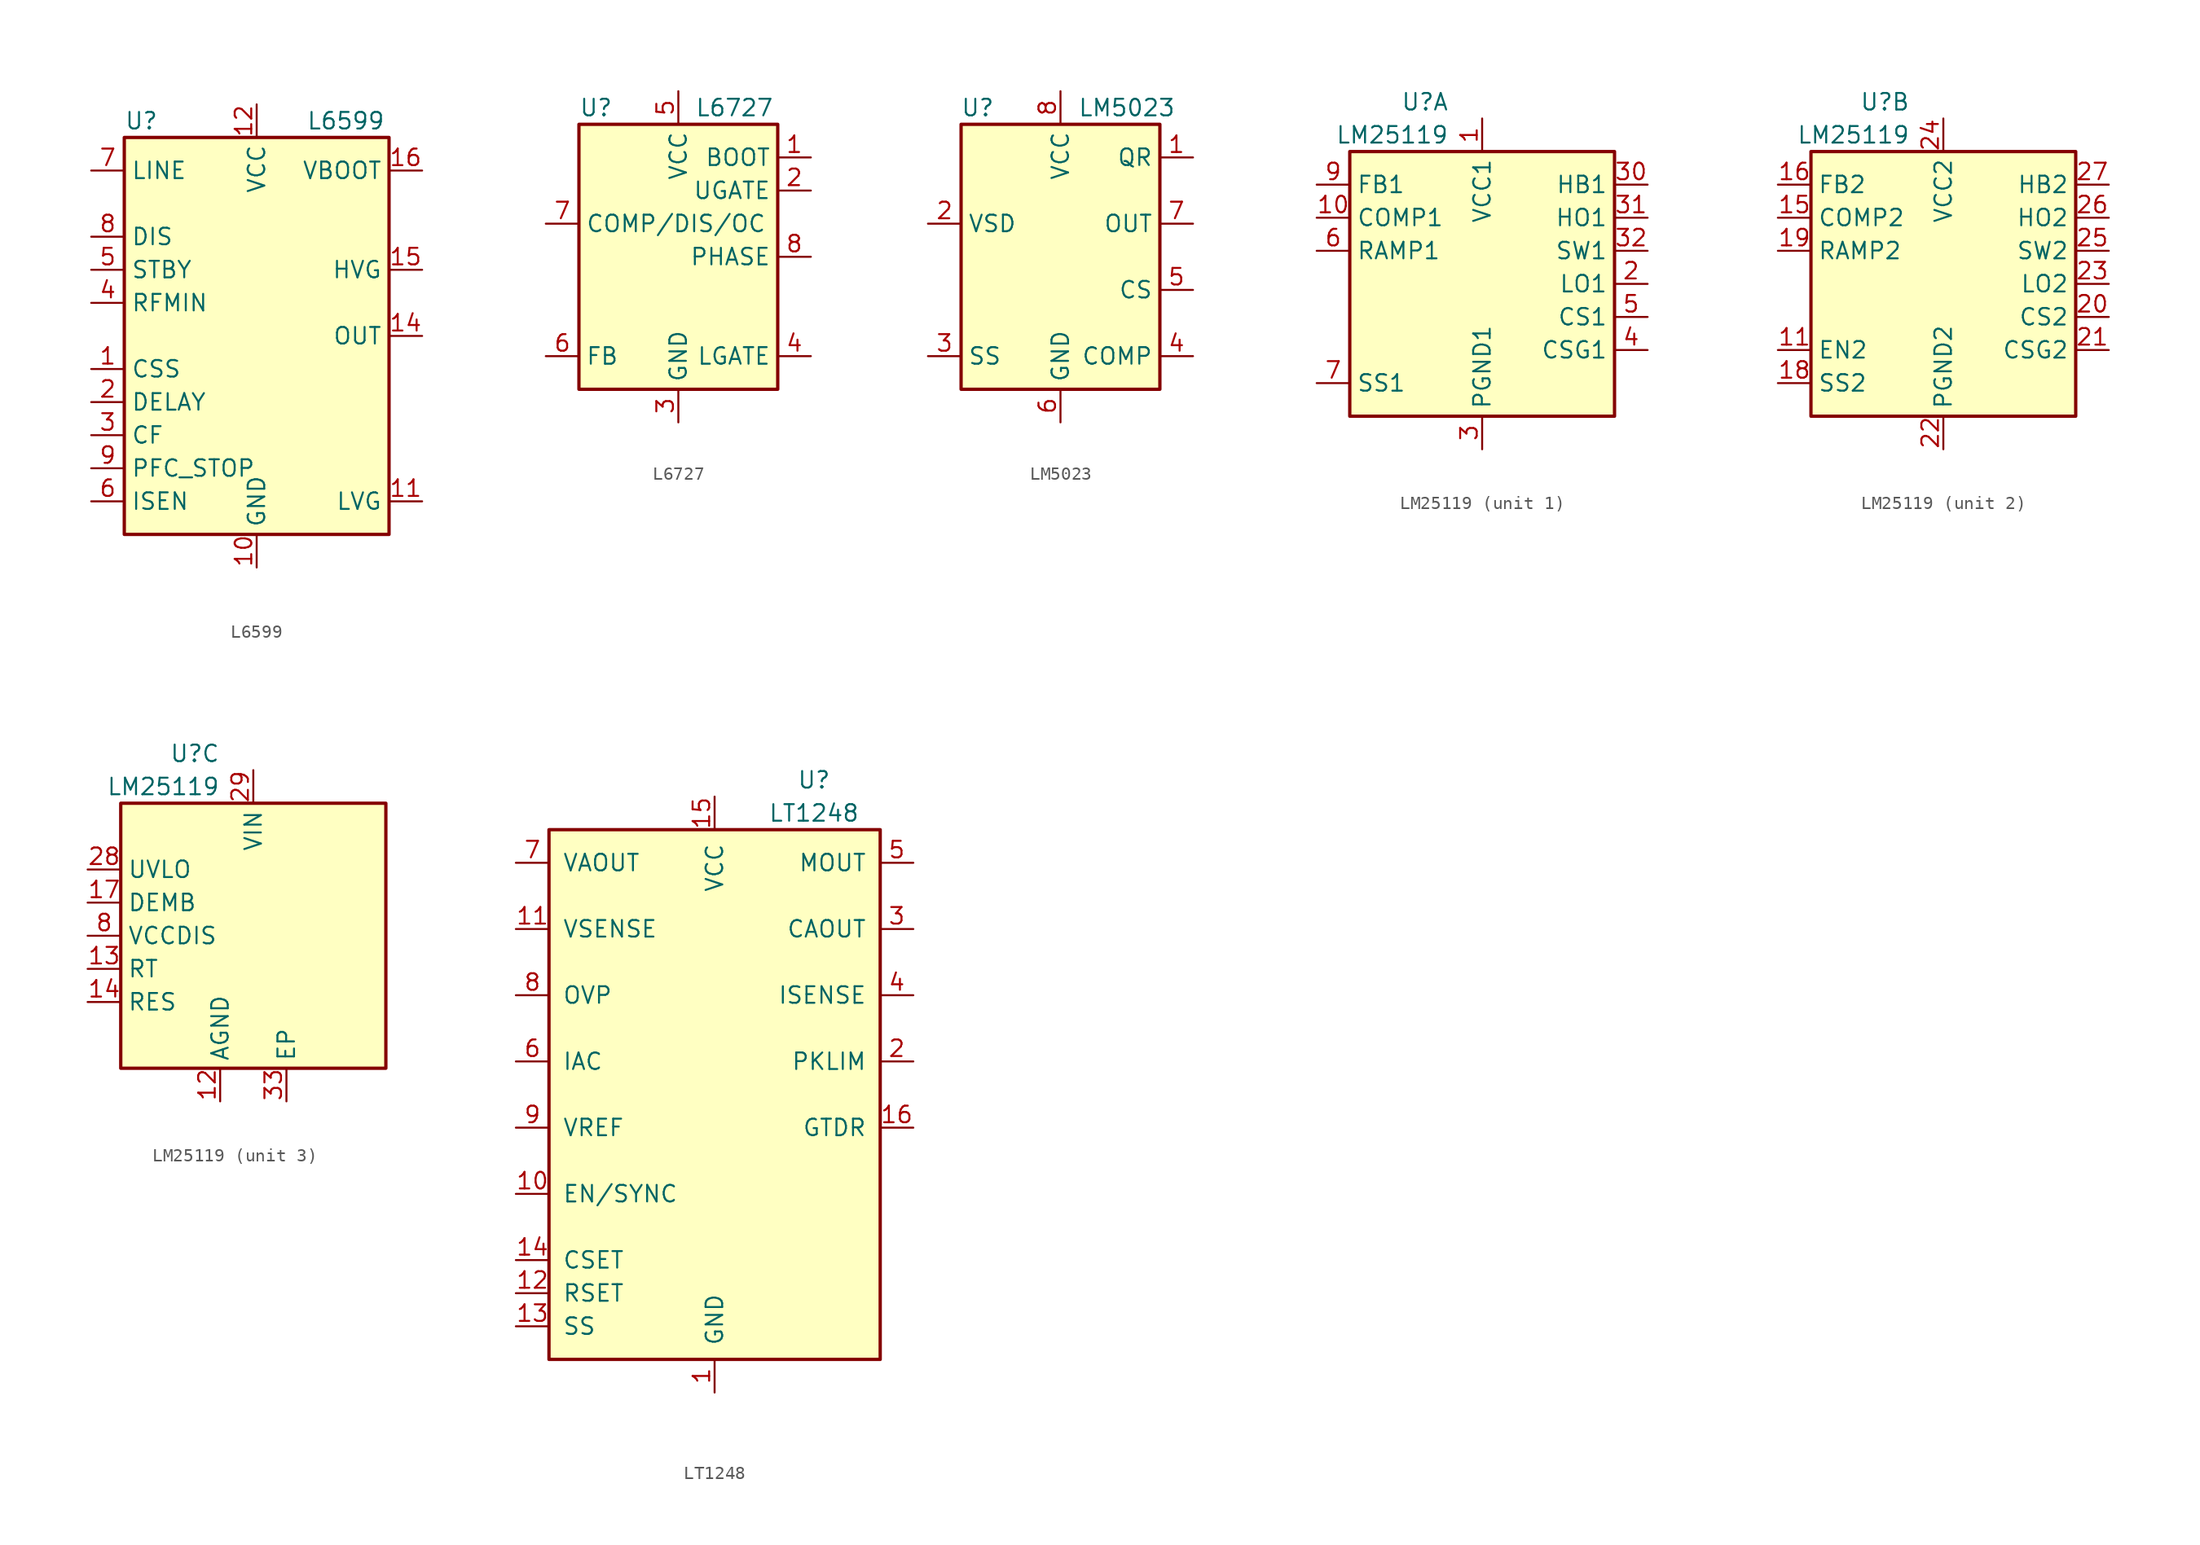
<source format=kicad_sym>
(kicad_symbol_lib
  (version 20201005)
  (generator kicad_symbol_editor)
  (symbol "Regulator_Controller:L6599"
    (property "Reference" "U"
      (at -10.16 16.51 0)
      (effects (font (size 1.27 1.27)) (justify left)))
    (property "Value" "L6599"
      (at 3.81 16.51 0)
      (effects (font (size 1.27 1.27)) (justify left)))
    (symbol "L6599_0_0"
      (rectangle (start -10.16 15.24) (end 10.16 -15.24) (stroke (width 0.254)) (fill (type background))))
    (symbol "L6599_1_1"
      (pin passive line (at -12.7 -2.54 0) (length 2.54) (name "CSS" (effects (font (size 1.27 1.27)))) (number "1" (effects (font (size 1.27 1.27)))))
      (pin power_in line (at 0 -17.78 90) (length 2.54) (name "GND" (effects (font (size 1.27 1.27)))) (number "10" (effects (font (size 1.27 1.27)))))
      (pin output line (at 12.7 -12.7 180) (length 2.54) (name "LVG" (effects (font (size 1.27 1.27)))) (number "11" (effects (font (size 1.27 1.27)))))
      (pin power_in line (at 0 17.78 270) (length 2.54) (name "VCC" (effects (font (size 1.27 1.27)))) (number "12" (effects (font (size 1.27 1.27)))))
      (pin no_connect line (at 10.16 10.16 180) (length 2.54) hide (name "NC" (effects (font (size 1.27 1.27)))) (number "13" (effects (font (size 1.27 1.27)))))
      (pin input line (at 12.7 0 180) (length 2.54) (name "OUT" (effects (font (size 1.27 1.27)))) (number "14" (effects (font (size 1.27 1.27)))))
      (pin output line (at 12.7 5.08 180) (length 2.54) (name "HVG" (effects (font (size 1.27 1.27)))) (number "15" (effects (font (size 1.27 1.27)))))
      (pin input line (at 12.7 12.7 180) (length 2.54) (name "VBOOT" (effects (font (size 1.27 1.27)))) (number "16" (effects (font (size 1.27 1.27)))))
      (pin passive line (at -12.7 -5.08 0) (length 2.54) (name "DELAY" (effects (font (size 1.27 1.27)))) (number "2" (effects (font (size 1.27 1.27)))))
      (pin passive line (at -12.7 -7.62 0) (length 2.54) (name "CF" (effects (font (size 1.27 1.27)))) (number "3" (effects (font (size 1.27 1.27)))))
      (pin passive line (at -12.7 2.54 0) (length 2.54) (name "RFMIN" (effects (font (size 1.27 1.27)))) (number "4" (effects (font (size 1.27 1.27)))))
      (pin input line (at -12.7 5.08 0) (length 2.54) (name "STBY" (effects (font (size 1.27 1.27)))) (number "5" (effects (font (size 1.27 1.27)))))
      (pin input line (at -12.7 -12.7 0) (length 2.54) (name "ISEN" (effects (font (size 1.27 1.27)))) (number "6" (effects (font (size 1.27 1.27)))))
      (pin input line (at -12.7 12.7 0) (length 2.54) (name "LINE" (effects (font (size 1.27 1.27)))) (number "7" (effects (font (size 1.27 1.27)))))
      (pin input line (at -12.7 7.62 0) (length 2.54) (name "DIS" (effects (font (size 1.27 1.27)))) (number "8" (effects (font (size 1.27 1.27)))))
      (pin open_collector line (at -12.7 -10.16 0) (length 2.54) (name "PFC_STOP" (effects (font (size 1.27 1.27)))) (number "9" (effects (font (size 1.27 1.27)))))))
  (symbol "Regulator_Controller:L6727"
    (property "Reference" "U"
      (at -7.62 11.43 0)
      (effects (font (size 1.27 1.27)) (justify left)))
    (property "Value" "L6727"
      (at 1.27 11.43 0)
      (effects (font (size 1.27 1.27)) (justify left)))
    (symbol "L6727_0_0"
      (rectangle (start -7.62 10.16) (end 7.62 -10.16) (stroke (width 0.254)) (fill (type background))))
    (symbol "L6727_1_1"
      (pin input line (at 10.16 7.62 180) (length 2.54) (name "BOOT" (effects (font (size 1.27 1.27)))) (number "1" (effects (font (size 1.27 1.27)))))
      (pin output line (at 10.16 5.08 180) (length 2.54) (name "UGATE" (effects (font (size 1.27 1.27)))) (number "2" (effects (font (size 1.27 1.27)))))
      (pin power_in line (at 0 -12.7 90) (length 2.54) (name "GND" (effects (font (size 1.27 1.27)))) (number "3" (effects (font (size 1.27 1.27)))))
      (pin output line (at 10.16 -7.62 180) (length 2.54) (name "LGATE" (effects (font (size 1.27 1.27)))) (number "4" (effects (font (size 1.27 1.27)))))
      (pin power_in line (at 0 12.7 270) (length 2.54) (name "VCC" (effects (font (size 1.27 1.27)))) (number "5" (effects (font (size 1.27 1.27)))))
      (pin input line (at -10.16 -7.62 0) (length 2.54) (name "FB" (effects (font (size 1.27 1.27)))) (number "6" (effects (font (size 1.27 1.27)))))
      (pin input line (at -10.16 2.54 0) (length 2.54) (name "COMP/DIS/OC" (effects (font (size 1.27 1.27)))) (number "7" (effects (font (size 1.27 1.27)))))
      (pin passive line (at 10.16 0 180) (length 2.54) (name "PHASE" (effects (font (size 1.27 1.27)))) (number "8" (effects (font (size 1.27 1.27)))))))
  (symbol "Regulator_Controller:LM5023"
    (property "Reference" "U"
      (at -6.35 11.43 0)
      (effects (font (size 1.27 1.27))))
    (property "Value" "LM5023"
      (at 5.08 11.43 0)
      (effects (font (size 1.27 1.27))))
    (symbol "LM5023_0_0"
      (pin input line (at 10.16 7.62 180) (length 2.54) (name "QR" (effects (font (size 1.27 1.27)))) (number "1" (effects (font (size 1.27 1.27)))))
      (pin output line (at -10.16 2.54 0) (length 2.54) (name "VSD" (effects (font (size 1.27 1.27)))) (number "2" (effects (font (size 1.27 1.27)))))
      (pin passive line (at -10.16 -7.62 0) (length 2.54) (name "SS" (effects (font (size 1.27 1.27)))) (number "3" (effects (font (size 1.27 1.27)))))
      (pin input line (at 10.16 -7.62 180) (length 2.54) (name "COMP" (effects (font (size 1.27 1.27)))) (number "4" (effects (font (size 1.27 1.27)))))
      (pin input line (at 10.16 -2.54 180) (length 2.54) (name "CS" (effects (font (size 1.27 1.27)))) (number "5" (effects (font (size 1.27 1.27)))))
      (pin power_in line (at 0 -12.7 90) (length 2.54) (name "GND" (effects (font (size 1.27 1.27)))) (number "6" (effects (font (size 1.27 1.27)))))
      (pin output line (at 10.16 2.54 180) (length 2.54) (name "OUT" (effects (font (size 1.27 1.27)))) (number "7" (effects (font (size 1.27 1.27)))))
      (pin power_in line (at 0 12.7 270) (length 2.54) (name "VCC" (effects (font (size 1.27 1.27)))) (number "8" (effects (font (size 1.27 1.27))))))
    (symbol "LM5023_0_1"
      (rectangle (start -7.62 10.16) (end 7.62 -10.16) (stroke (width 0.254)) (fill (type background)))))
  (symbol "Regulator_Controller:LM25119"
    (property "Reference" "U"
      (at -2.54 13.97 0)
      (effects (font (size 1.27 1.27)) (justify right)))
    (property "Value" "LM25119"
      (at -2.54 11.43 0)
      (effects (font (size 1.27 1.27)) (justify right)))
    (property "ki_locked" ""
      (at 0 0 0)
      (effects (font (size 1.27 1.27))))
    (symbol "LM25119_0_1"
      (rectangle (start -10.16 10.16) (end 10.16 -10.16) (stroke (width 0.254)) (fill (type background))))
    (symbol "LM25119_1_1"
      (pin power_in line (at 0 12.7 270) (length 2.54) (name "VCC1" (effects (font (size 1.27 1.27)))) (number "1" (effects (font (size 1.27 1.27)))))
      (pin output line (at -12.7 5.08 0) (length 2.54) (name "COMP1" (effects (font (size 1.27 1.27)))) (number "10" (effects (font (size 1.27 1.27)))))
      (pin output line (at 12.7 0 180) (length 2.54) (name "LO1" (effects (font (size 1.27 1.27)))) (number "2" (effects (font (size 1.27 1.27)))))
      (pin power_in line (at 0 -12.7 90) (length 2.54) (name "PGND1" (effects (font (size 1.27 1.27)))) (number "3" (effects (font (size 1.27 1.27)))))
      (pin power_in line (at 12.7 7.62 180) (length 2.54) (name "HB1" (effects (font (size 1.27 1.27)))) (number "30" (effects (font (size 1.27 1.27)))))
      (pin output line (at 12.7 5.08 180) (length 2.54) (name "HO1" (effects (font (size 1.27 1.27)))) (number "31" (effects (font (size 1.27 1.27)))))
      (pin bidirectional line (at 12.7 2.54 180) (length 2.54) (name "SW1" (effects (font (size 1.27 1.27)))) (number "32" (effects (font (size 1.27 1.27)))))
      (pin input line (at 12.7 -5.08 180) (length 2.54) (name "CSG1" (effects (font (size 1.27 1.27)))) (number "4" (effects (font (size 1.27 1.27)))))
      (pin input line (at 12.7 -2.54 180) (length 2.54) (name "CS1" (effects (font (size 1.27 1.27)))) (number "5" (effects (font (size 1.27 1.27)))))
      (pin input line (at -12.7 2.54 0) (length 2.54) (name "RAMP1" (effects (font (size 1.27 1.27)))) (number "6" (effects (font (size 1.27 1.27)))))
      (pin input line (at -12.7 -7.62 0) (length 2.54) (name "SS1" (effects (font (size 1.27 1.27)))) (number "7" (effects (font (size 1.27 1.27)))))
      (pin input line (at -12.7 7.62 0) (length 2.54) (name "FB1" (effects (font (size 1.27 1.27)))) (number "9" (effects (font (size 1.27 1.27))))))
    (symbol "LM25119_2_1"
      (pin input line (at -12.7 -5.08 0) (length 2.54) (name "EN2" (effects (font (size 1.27 1.27)))) (number "11" (effects (font (size 1.27 1.27)))))
      (pin output line (at -12.7 5.08 0) (length 2.54) (name "COMP2" (effects (font (size 1.27 1.27)))) (number "15" (effects (font (size 1.27 1.27)))))
      (pin input line (at -12.7 7.62 0) (length 2.54) (name "FB2" (effects (font (size 1.27 1.27)))) (number "16" (effects (font (size 1.27 1.27)))))
      (pin input line (at -12.7 -7.62 0) (length 2.54) (name "SS2" (effects (font (size 1.27 1.27)))) (number "18" (effects (font (size 1.27 1.27)))))
      (pin input line (at -12.7 2.54 0) (length 2.54) (name "RAMP2" (effects (font (size 1.27 1.27)))) (number "19" (effects (font (size 1.27 1.27)))))
      (pin input line (at 12.7 -2.54 180) (length 2.54) (name "CS2" (effects (font (size 1.27 1.27)))) (number "20" (effects (font (size 1.27 1.27)))))
      (pin input line (at 12.7 -5.08 180) (length 2.54) (name "CSG2" (effects (font (size 1.27 1.27)))) (number "21" (effects (font (size 1.27 1.27)))))
      (pin power_in line (at 0 -12.7 90) (length 2.54) (name "PGND2" (effects (font (size 1.27 1.27)))) (number "22" (effects (font (size 1.27 1.27)))))
      (pin output line (at 12.7 0 180) (length 2.54) (name "LO2" (effects (font (size 1.27 1.27)))) (number "23" (effects (font (size 1.27 1.27)))))
      (pin power_in line (at 0 12.7 270) (length 2.54) (name "VCC2" (effects (font (size 1.27 1.27)))) (number "24" (effects (font (size 1.27 1.27)))))
      (pin bidirectional line (at 12.7 2.54 180) (length 2.54) (name "SW2" (effects (font (size 1.27 1.27)))) (number "25" (effects (font (size 1.27 1.27)))))
      (pin output line (at 12.7 5.08 180) (length 2.54) (name "HO2" (effects (font (size 1.27 1.27)))) (number "26" (effects (font (size 1.27 1.27)))))
      (pin power_in line (at 12.7 7.62 180) (length 2.54) (name "HB2" (effects (font (size 1.27 1.27)))) (number "27" (effects (font (size 1.27 1.27))))))
    (symbol "LM25119_3_1"
      (pin power_in line (at -2.54 -12.7 90) (length 2.54) (name "AGND" (effects (font (size 1.27 1.27)))) (number "12" (effects (font (size 1.27 1.27)))))
      (pin input line (at -12.7 -2.54 0) (length 2.54) (name "RT" (effects (font (size 1.27 1.27)))) (number "13" (effects (font (size 1.27 1.27)))))
      (pin output line (at -12.7 -5.08 0) (length 2.54) (name "RES" (effects (font (size 1.27 1.27)))) (number "14" (effects (font (size 1.27 1.27)))))
      (pin input line (at -12.7 2.54 0) (length 2.54) (name "DEMB" (effects (font (size 1.27 1.27)))) (number "17" (effects (font (size 1.27 1.27)))))
      (pin input line (at -12.7 5.08 0) (length 2.54) (name "UVLO" (effects (font (size 1.27 1.27)))) (number "28" (effects (font (size 1.27 1.27)))))
      (pin power_in line (at 0 12.7 270) (length 2.54) (name "VIN" (effects (font (size 1.27 1.27)))) (number "29" (effects (font (size 1.27 1.27)))))
      (pin unspecified line (at 2.54 -12.7 90) (length 2.54) (name "EP" (effects (font (size 1.27 1.27)))) (number "33" (effects (font (size 1.27 1.27)))))
      (pin input line (at -12.7 0 0) (length 2.54) (name "VCCDIS" (effects (font (size 1.27 1.27)))) (number "8" (effects (font (size 1.27 1.27)))))))
  (symbol "Regulator_Controller:LT1248"
    (pin_names
      (offset 1.016))
    (property "Reference" "U"
      (at 7.62 24.13 0)
      (effects (font (size 1.27 1.27))))
    (property "Value" "LT1248"
      (at 7.62 21.59 0)
      (effects (font (size 1.27 1.27))))
    (symbol "LT1248_0_1"
      (rectangle (start -12.7 20.32) (end 12.7 -20.32) (stroke (width 0.254)) (fill (type background))))
    (symbol "LT1248_1_1"
      (pin power_in line (at 0 -22.86 90) (length 2.54) (name "GND" (effects (font (size 1.27 1.27)))) (number "1" (effects (font (size 1.27 1.27)))))
      (pin input line (at -15.24 -7.62 0) (length 2.54) (name "EN/SYNC" (effects (font (size 1.27 1.27)))) (number "10" (effects (font (size 1.27 1.27)))))
      (pin input line (at -15.24 12.7 0) (length 2.54) (name "VSENSE" (effects (font (size 1.27 1.27)))) (number "11" (effects (font (size 1.27 1.27)))))
      (pin passive line (at -15.24 -15.24 0) (length 2.54) (name "RSET" (effects (font (size 1.27 1.27)))) (number "12" (effects (font (size 1.27 1.27)))))
      (pin passive line (at -15.24 -17.78 0) (length 2.54) (name "SS" (effects (font (size 1.27 1.27)))) (number "13" (effects (font (size 1.27 1.27)))))
      (pin passive line (at -15.24 -12.7 0) (length 2.54) (name "CSET" (effects (font (size 1.27 1.27)))) (number "14" (effects (font (size 1.27 1.27)))))
      (pin power_in line (at 0 22.86 270) (length 2.54) (name "VCC" (effects (font (size 1.27 1.27)))) (number "15" (effects (font (size 1.27 1.27)))))
      (pin output line (at 15.24 -2.54 180) (length 2.54) (name "GTDR" (effects (font (size 1.27 1.27)))) (number "16" (effects (font (size 1.27 1.27)))))
      (pin input line (at 15.24 2.54 180) (length 2.54) (name "PKLIM" (effects (font (size 1.27 1.27)))) (number "2" (effects (font (size 1.27 1.27)))))
      (pin output line (at 15.24 12.7 180) (length 2.54) (name "CAOUT" (effects (font (size 1.27 1.27)))) (number "3" (effects (font (size 1.27 1.27)))))
      (pin input line (at 15.24 7.62 180) (length 2.54) (name "ISENSE" (effects (font (size 1.27 1.27)))) (number "4" (effects (font (size 1.27 1.27)))))
      (pin input line (at 15.24 17.78 180) (length 2.54) (name "MOUT" (effects (font (size 1.27 1.27)))) (number "5" (effects (font (size 1.27 1.27)))))
      (pin input line (at -15.24 2.54 0) (length 2.54) (name "IAC" (effects (font (size 1.27 1.27)))) (number "6" (effects (font (size 1.27 1.27)))))
      (pin output line (at -15.24 17.78 0) (length 2.54) (name "VAOUT" (effects (font (size 1.27 1.27)))) (number "7" (effects (font (size 1.27 1.27)))))
      (pin input line (at -15.24 7.62 0) (length 2.54) (name "OVP" (effects (font (size 1.27 1.27)))) (number "8" (effects (font (size 1.27 1.27)))))
      (pin power_out line (at -15.24 -2.54 0) (length 2.54) (name "VREF" (effects (font (size 1.27 1.27)))) (number "9" (effects (font (size 1.27 1.27))))))))
</source>
